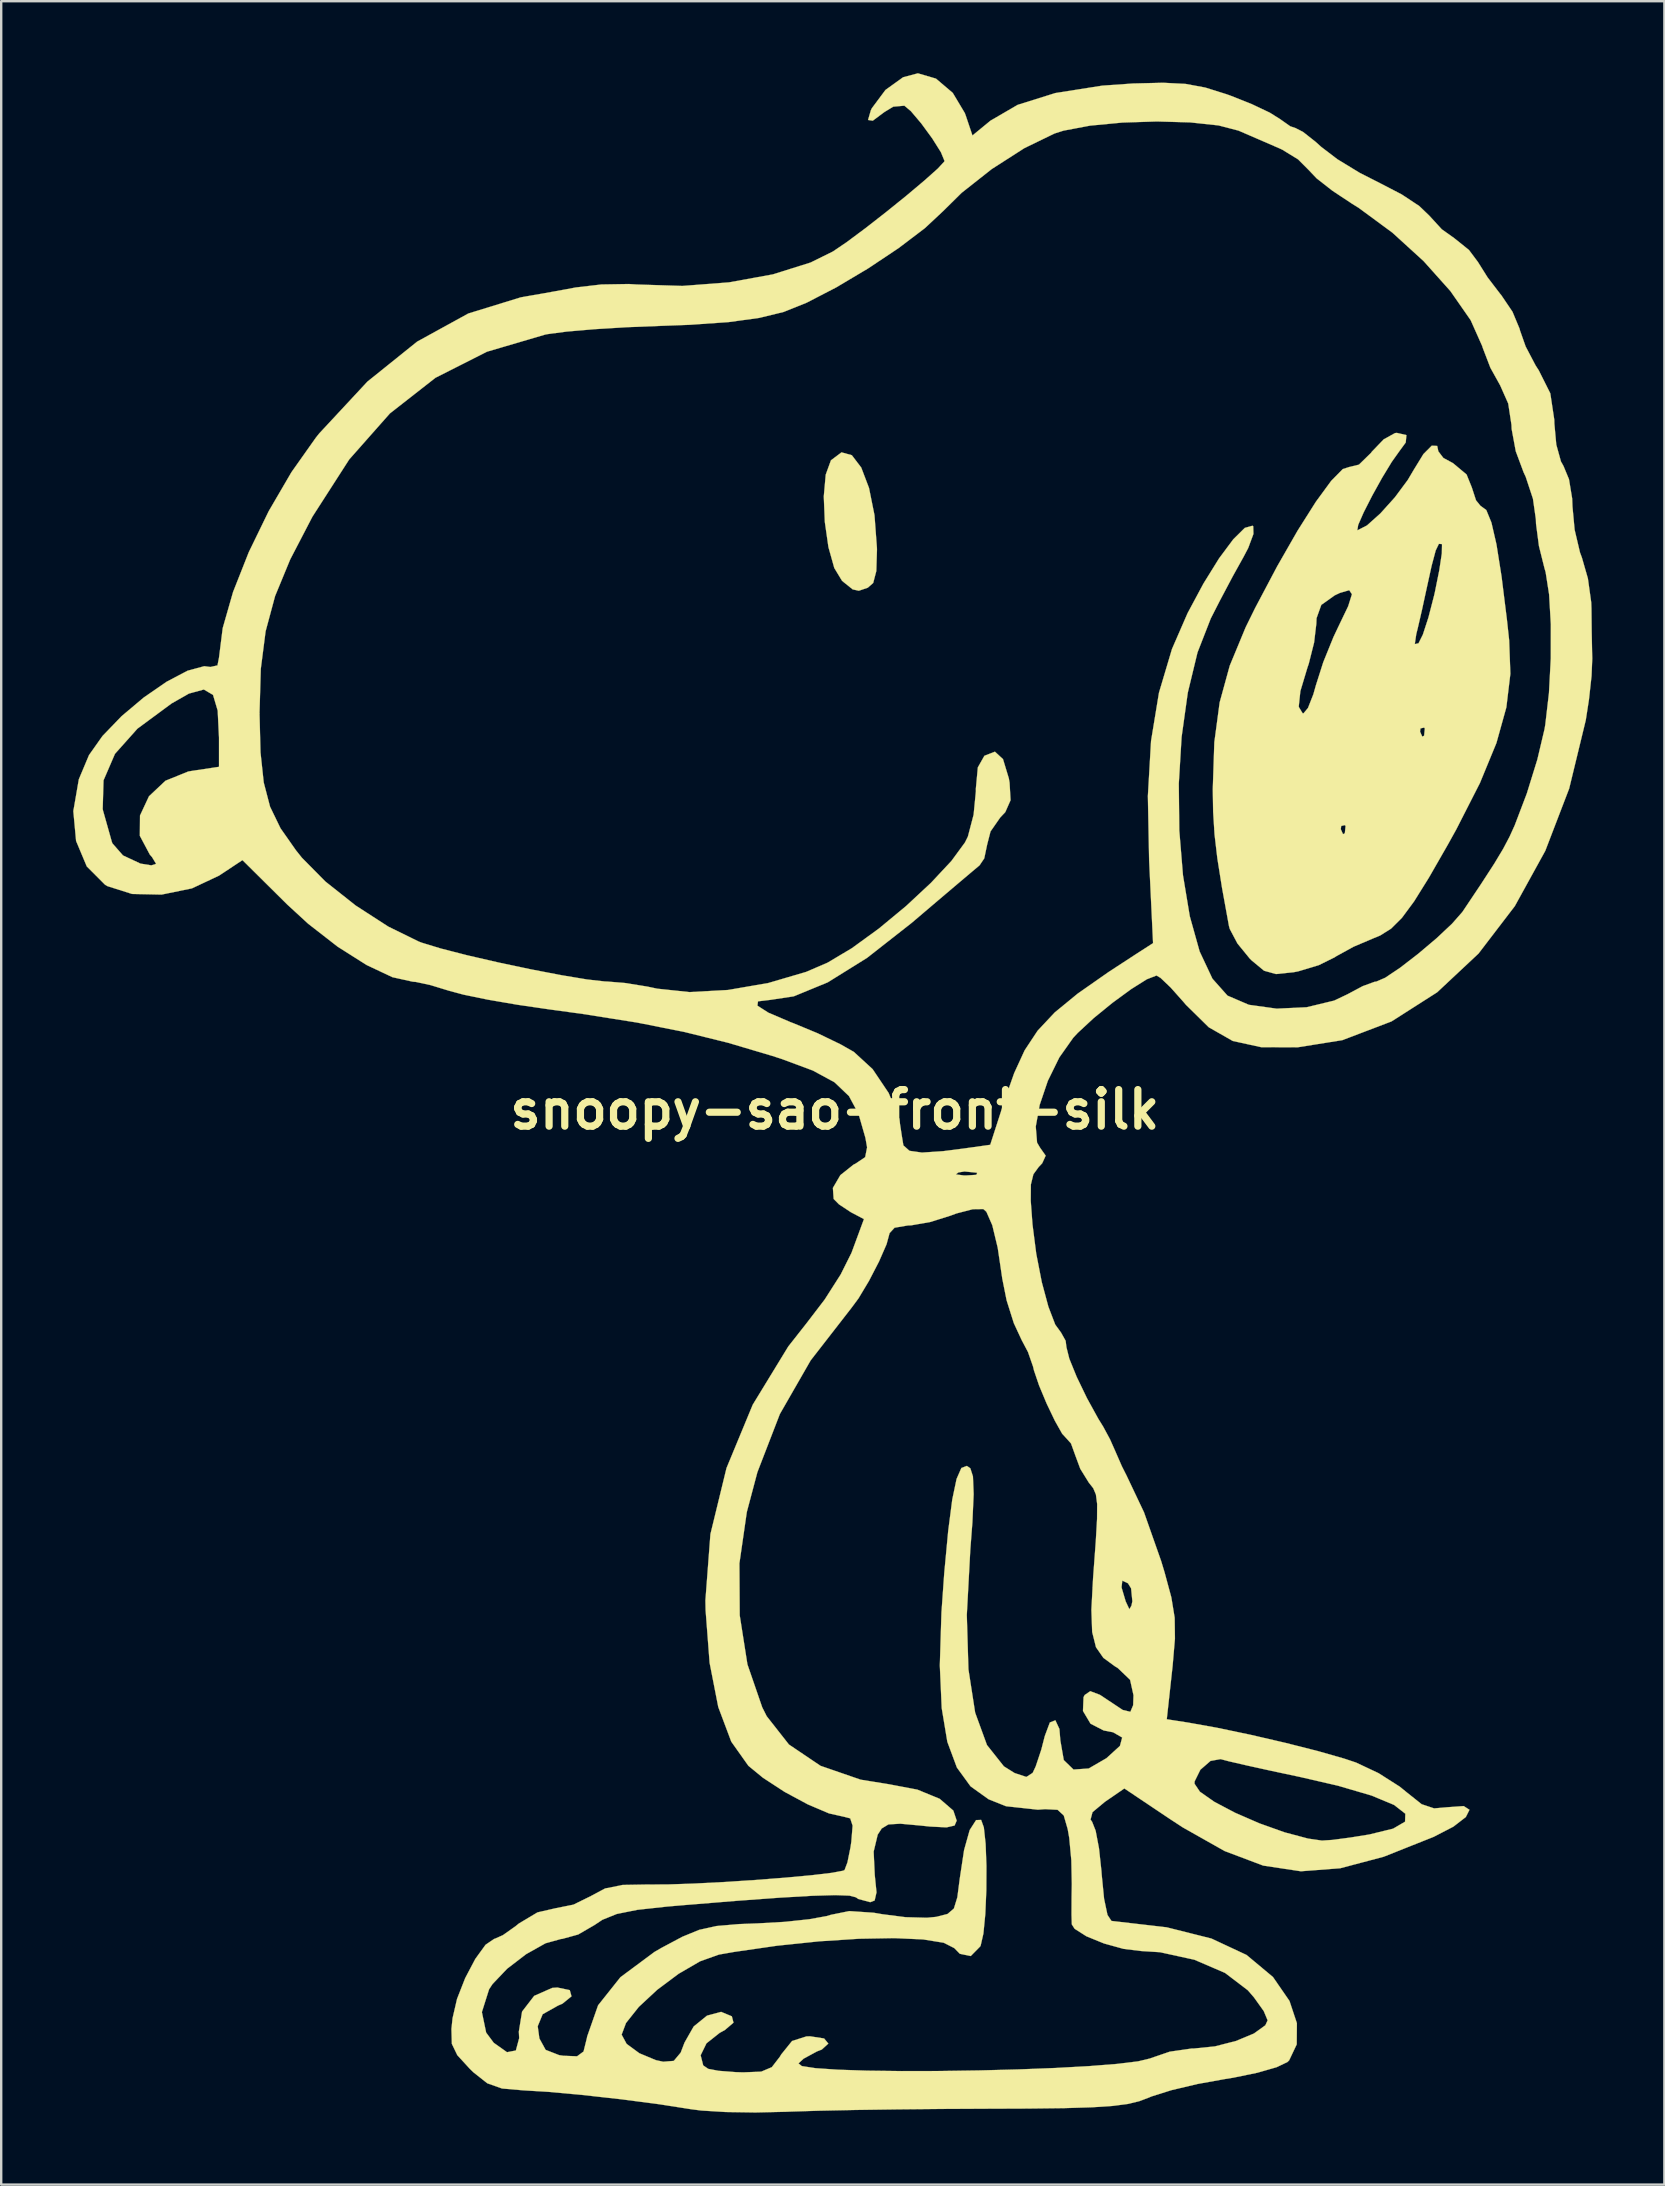
<source format=kicad_pcb>
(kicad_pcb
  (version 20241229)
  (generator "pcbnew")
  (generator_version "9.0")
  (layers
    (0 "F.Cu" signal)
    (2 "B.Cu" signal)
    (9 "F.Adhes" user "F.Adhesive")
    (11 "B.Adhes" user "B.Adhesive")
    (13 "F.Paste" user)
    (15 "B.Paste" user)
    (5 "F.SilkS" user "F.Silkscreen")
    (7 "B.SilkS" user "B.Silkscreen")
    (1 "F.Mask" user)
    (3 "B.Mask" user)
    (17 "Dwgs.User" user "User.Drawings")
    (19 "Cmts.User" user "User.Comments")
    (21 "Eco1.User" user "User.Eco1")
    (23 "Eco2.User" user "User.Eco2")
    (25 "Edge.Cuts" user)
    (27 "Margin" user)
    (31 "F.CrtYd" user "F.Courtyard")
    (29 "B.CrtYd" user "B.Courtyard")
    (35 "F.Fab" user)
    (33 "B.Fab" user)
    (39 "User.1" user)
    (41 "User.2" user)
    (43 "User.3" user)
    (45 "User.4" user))
  (footprint "snoopy-sao-front-silk"
    (layer "F.Cu")
    (at 31.728 43.179)
    (property "Reference" "snoopy-sao-front-silk" (at 0 0 0) (layer "F.SilkS") (effects (font (size 1.524 1.524) (thickness 0.3))))
    (attr through_hole)
    (fp_poly (pts (xy 0.711 -27.264) (xy 1.103 -26.75) (xy 1.427 -25.898) (xy 1.655 -24.766) (xy 1.756 -23.408) (xy 1.758 -23.332) (xy 1.731 -22.439) (xy 1.601 -21.942) (xy 1.376 -21.744) (xy 1.003 -21.618) (xy 0.746 -21.674) (xy 0.365 -21.98) (xy 0.301 -22.035) (xy -0.02 -22.565) (xy -0.264 -23.436) (xy -0.414 -24.484) (xy -0.457 -25.545) (xy -0.376 -26.456) (xy -0.159 -27.051) (xy 0.281 -27.383) (xy 0.711 -27.264)) (stroke (width 0.01) (type solid)) (fill yes) (layer "F.SilkS"))
    (fp_poly (pts (xy 23.816 -28.102) (xy 23.788 -27.795) (xy 23.537 -27.452) (xy 23.206 -26.987) (xy 22.801 -26.32) (xy 22.389 -25.577) (xy 22.035 -24.882) (xy 21.807 -24.361) (xy 21.771 -24.139) (xy 21.778 -24.137) (xy 22.174 -24.339) (xy 22.732 -24.839) (xy 23.338 -25.512) (xy 23.873 -26.233) (xy 24.122 -26.655) (xy 24.524 -27.311) (xy 24.873 -27.661) (xy 25.099 -27.65) (xy 25.146 -27.426) (xy 25.356 -27.15) (xy 25.757 -26.933) (xy 26.323 -26.46) (xy 26.54 -25.923) (xy 26.716 -25.384) (xy 26.909 -25.147) (xy 26.917 -25.146) (xy 27.144 -24.98) (xy 27.358 -24.458) (xy 27.568 -23.547) (xy 27.78 -22.211) (xy 28.003 -20.416) (xy 28.096 -19.558) (xy 28.147 -18.159) (xy 27.98 -16.761) (xy 27.566 -15.274) (xy 26.88 -13.609) (xy 25.895 -11.677) (xy 25.547 -11.049) (xy 24.757 -9.672) (xy 24.137 -8.677) (xy 23.629 -7.99) (xy 23.177 -7.54) (xy 22.722 -7.254) (xy 22.424 -7.131) (xy 21.613 -6.786) (xy 20.897 -6.393) (xy 20.828 -6.346) (xy 20.16 -6.017) (xy 19.308 -5.761) (xy 19.116 -5.724) (xy 18.383 -5.648) (xy 17.885 -5.787) (xy 17.364 -6.219) (xy 17.287 -6.296) (xy 16.777 -6.921) (xy 16.455 -7.53) (xy 16.423 -7.651) (xy 16.135 -9.234) (xy 15.94 -10.461) (xy 15.822 -11.47) (xy 15.809 -11.684) (xy 21.082 -11.684) (xy 21.175 -11.475) (xy 21.251 -11.515) (xy 21.282 -11.816) (xy 21.251 -11.853) (xy 21.1 -11.818) (xy 21.082 -11.684) (xy 15.809 -11.684) (xy 15.764 -12.402) (xy 15.749 -13.35) (xy 15.814 -15.31) (xy 15.873 -15.748) (xy 24.384 -15.748) (xy 24.477 -15.539) (xy 24.553 -15.579) (xy 24.584 -15.88) (xy 24.553 -15.917) (xy 24.402 -15.882) (xy 24.384 -15.748) (xy 15.873 -15.748) (xy 16.011 -16.782) (xy 19.329 -16.782) (xy 19.491 -16.514) (xy 19.528 -16.51) (xy 19.715 -16.733) (xy 19.938 -17.3) (xy 20.047 -17.684) (xy 20.352 -18.641) (xy 20.658 -19.395) (xy 24.165 -19.395) (xy 24.319 -19.428) (xy 24.322 -19.431) (xy 24.501 -19.79) (xy 24.733 -20.502) (xy 24.971 -21.423) (xy 25.002 -21.559) (xy 25.186 -22.472) (xy 25.292 -23.177) (xy 25.299 -23.544) (xy 25.289 -23.563) (xy 25.168 -23.571) (xy 25.036 -23.295) (xy 24.867 -22.662) (xy 24.659 -21.717) (xy 24.468 -20.836) (xy 24.29 -20.064) (xy 24.227 -19.812) (xy 24.165 -19.395) (xy 20.658 -19.395) (xy 20.777 -19.689) (xy 20.966 -20.089) (xy 21.39 -20.973) (xy 21.547 -21.473) (xy 21.433 -21.64) (xy 21.043 -21.527) (xy 20.828 -21.425) (xy 20.27 -21.028) (xy 20.072 -20.475) (xy 20.062 -20.238) (xy 19.97 -19.46) (xy 19.747 -18.575) (xy 19.692 -18.415) (xy 19.398 -17.435) (xy 19.329 -16.782) (xy 16.011 -16.782) (xy 16.035 -16.962) (xy 16.456 -18.495) (xy 17.12 -20.098) (xy 17.514 -20.899) (xy 18.43 -22.631) (xy 19.284 -24.122) (xy 20.045 -25.325) (xy 20.682 -26.195) (xy 21.166 -26.687) (xy 21.433 -26.773) (xy 21.837 -26.87) (xy 22.333 -27.353) (xy 22.378 -27.413) (xy 22.869 -27.924) (xy 23.34 -28.185) (xy 23.416 -28.194) (xy 23.816 -28.102)) (stroke (width 0.01) (type solid)) (fill yes) (layer "F.SilkS"))
    (fp_poly (pts (xy 4.217 -42.953) (xy 4.916 -42.359) (xy 5.419 -41.518) (xy 5.46 -41.406) (xy 5.736 -40.584) (xy 6.488 -41.202) (xy 7.621 -41.861) (xy 9.188 -42.352) (xy 11.14 -42.66) (xy 12.422 -42.75) (xy 13.677 -42.781) (xy 14.618 -42.733) (xy 15.436 -42.581) (xy 16.322 -42.303) (xy 16.471 -42.25) (xy 17.374 -41.891) (xy 18.125 -41.535) (xy 18.546 -41.271) (xy 18.978 -40.967) (xy 19.197 -40.893) (xy 19.51 -40.732) (xy 20.024 -40.327) (xy 20.263 -40.112) (xy 20.94 -39.595) (xy 21.872 -39.027) (xy 22.733 -38.589) (xy 23.618 -38.13) (xy 24.349 -37.647) (xy 24.761 -37.253) (xy 25.291 -36.675) (xy 25.804 -36.31) (xy 26.421 -35.815) (xy 26.795 -35.315) (xy 27.198 -34.673) (xy 27.724 -33.984) (xy 27.765 -33.937) (xy 28.235 -33.241) (xy 28.532 -32.53) (xy 28.545 -32.47) (xy 28.784 -31.792) (xy 29.198 -31.004) (xy 29.332 -30.796) (xy 29.811 -29.84) (xy 29.977 -28.738) (xy 29.98 -28.58) (xy 30.06 -27.705) (xy 30.254 -27.003) (xy 30.361 -26.812) (xy 30.589 -26.262) (xy 30.721 -25.462) (xy 30.734 -25.128) (xy 30.824 -24.158) (xy 31.047 -23.213) (xy 31.127 -22.998) (xy 31.377 -22.129) (xy 31.516 -21.128) (xy 31.525 -20.872) (xy 31.535 -19.917) (xy 31.553 -19.004) (xy 31.559 -18.796) (xy 31.529 -18.069) (xy 31.421 -17.082) (xy 31.289 -16.228) (xy 30.597 -13.376) (xy 29.601 -10.781) (xy 28.332 -8.478) (xy 26.82 -6.502) (xy 25.098 -4.889) (xy 23.196 -3.675) (xy 21.146 -2.894) (xy 19.279 -2.596) (xy 17.767 -2.601) (xy 16.582 -2.86) (xy 15.583 -3.43) (xy 14.63 -4.367) (xy 14.532 -4.483) (xy 13.995 -5.086) (xy 13.574 -5.487) (xy 13.405 -5.588) (xy 13.002 -5.431) (xy 12.35 -5.021) (xy 11.571 -4.451) (xy 10.788 -3.813) (xy 10.126 -3.199) (xy 9.933 -2.992) (xy 9.356 -2.175) (xy 8.877 -1.2) (xy 8.537 -0.197) (xy 8.374 0.704) (xy 8.428 1.374) (xy 8.552 1.585) (xy 8.787 1.918) (xy 8.642 2.236) (xy 8.494 2.392) (xy 8.275 2.693) (xy 8.17 3.121) (xy 8.165 3.803) (xy 8.237 4.778) (xy 8.394 6.005) (xy 8.625 7.189) (xy 8.9 8.212) (xy 9.185 8.956) (xy 9.428 9.29) (xy 9.619 9.632) (xy 9.652 9.9) (xy 9.771 10.376) (xy 10.079 11.134) (xy 10.507 12.021) (xy 10.982 12.884) (xy 11.183 13.208) (xy 11.469 13.739) (xy 11.684 14.224) (xy 11.96 14.856) (xy 12.154 15.24) (xy 12.885 16.781) (xy 13.6 18.813) (xy 13.741 19.28) (xy 14.023 20.323) (xy 14.161 21.168) (xy 14.172 22.042) (xy 14.076 23.171) (xy 14.064 23.28) (xy 13.832 25.399) (xy 14.726 25.538) (xy 15.925 25.753) (xy 17.328 26.047) (xy 18.782 26.384) (xy 20.135 26.727) (xy 21.233 27.041) (xy 21.718 27.203) (xy 22.654 27.644) (xy 23.539 28.207) (xy 23.837 28.45) (xy 24.452 28.939) (xy 24.97 29.112) (xy 25.55 29.062) (xy 26.204 29.016) (xy 26.443 29.171) (xy 26.291 29.473) (xy 25.774 29.872) (xy 24.956 30.296) (xy 22.87 31.126) (xy 21.059 31.606) (xy 19.419 31.732) (xy 17.848 31.495) (xy 16.244 30.89) (xy 14.505 29.908) (xy 13.963 29.554) (xy 12.065 28.282) (xy 11.255 28.838) (xy 10.738 29.269) (xy 10.656 29.579) (xy 10.721 29.669) (xy 10.869 30.043) (xy 11.008 30.776) (xy 11.11 31.72) (xy 11.12 31.863) (xy 11.22 32.877) (xy 11.362 33.551) (xy 11.527 33.801) (xy 13.828 34.067) (xy 15.692 34.535) (xy 17.156 35.219) (xy 18.257 36.138) (xy 18.945 37.135) (xy 19.253 38.061) (xy 19.246 38.943) (xy 18.93 39.611) (xy 18.86 39.679) (xy 18.411 39.894) (xy 17.607 40.125) (xy 16.598 40.333) (xy 16.256 40.388) (xy 15.112 40.594) (xy 14.028 40.851) (xy 13.205 41.11) (xy 13.081 41.162) (xy 12.683 41.312) (xy 12.204 41.427) (xy 11.572 41.509) (xy 10.715 41.565) (xy 9.558 41.6) (xy 8.029 41.618) (xy 6.35 41.624) (xy 4.494 41.633) (xy 2.624 41.651) (xy 0.862 41.676) (xy -0.666 41.708) (xy -1.837 41.744) (xy -2.032 41.752) (xy -3.308 41.781) (xy -4.545 41.762) (xy -5.562 41.7) (xy -5.969 41.648) (xy -7.313 41.438) (xy -8.88 41.233) (xy -10.485 41.054) (xy -11.942 40.921) (xy -12.979 40.859) (xy -13.864 40.782) (xy -14.476 40.565) (xy -15.05 40.112) (xy -15.211 39.955) (xy -15.726 39.393) (xy -15.953 38.921) (xy -15.97 38.303) (xy -15.923 37.852) (xy -15.864 37.599) (xy -14.702 37.599) (xy -14.524 38.454) (xy -14.208 38.878) (xy -13.655 39.27) (xy -13.286 39.199) (xy -13.148 38.686) (xy -13.162 38.413) (xy -13.027 37.578) (xy -12.523 36.923) (xy -11.773 36.592) (xy -11.557 36.576) (xy -11.04 36.684) (xy -10.968 36.942) (xy -11.345 37.248) (xy -11.532 37.329) (xy -12.17 37.688) (xy -12.376 38.188) (xy -12.306 38.698) (xy -12.045 39.173) (xy -11.481 39.393) (xy -11.306 39.418) (xy -10.737 39.441) (xy -10.466 39.241) (xy -10.327 38.681) (xy -10.316 38.618) (xy -9.86 37.316) (xy -8.929 36.145) (xy -7.512 35.093) (xy -7.216 34.922) (xy -6.351 34.461) (xy -5.649 34.173) (xy -4.925 34.013) (xy -3.995 33.933) (xy -3.207 33.903) (xy -2.079 33.839) (xy -1.065 33.731) (xy -0.33 33.598) (xy -0.157 33.545) (xy 0.605 33.391) (xy 1.623 33.46) (xy 1.993 33.523) (xy 2.949 33.645) (xy 3.84 33.669) (xy 4.23 33.631) (xy 4.698 33.511) (xy 4.963 33.285) (xy 5.107 32.816) (xy 5.207 32.042) (xy 5.388 30.847) (xy 5.621 30.016) (xy 5.888 29.6) (xy 6.098 29.592) (xy 6.211 29.906) (xy 6.285 30.59) (xy 6.319 31.509) (xy 6.314 32.529) (xy 6.272 33.512) (xy 6.193 34.324) (xy 6.078 34.829) (xy 6.062 34.861) (xy 5.665 35.264) (xy 5.211 35.17) (xy 4.981 34.934) (xy 4.541 34.71) (xy 3.68 34.571) (xy 2.476 34.517) (xy 1.009 34.543) (xy -0.643 34.65) (xy -2.401 34.833) (xy -4.186 35.091) (xy -4.826 35.203) (xy -5.61 35.482) (xy -6.505 36.002) (xy -7.395 36.667) (xy -8.165 37.383) (xy -8.698 38.054) (xy -8.88 38.539) (xy -8.672 38.923) (xy -8.14 39.314) (xy -7.452 39.602) (xy -7.147 39.667) (xy -6.707 39.632) (xy -6.419 39.288) (xy -6.258 38.867) (xy -5.878 38.199) (xy -5.322 37.747) (xy -4.734 37.59) (xy -4.288 37.775) (xy -4.219 38.04) (xy -4.579 38.346) (xy -4.797 38.466) (xy -5.345 38.9) (xy -5.588 39.398) (xy -5.481 39.82) (xy -5.271 39.964) (xy -4.835 40.046) (xy -4.116 40.101) (xy -3.81 40.11) (xy -3.064 40.08) (xy -2.623 39.894) (xy -2.287 39.459) (xy -2.234 39.368) (xy -1.779 38.803) (xy -1.182 38.613) (xy -1.028 38.608) (xy -0.444 38.698) (xy -0.268 38.911) (xy -0.54 39.159) (xy -0.739 39.236) (xy -1.297 39.538) (xy -1.511 39.735) (xy -1.374 39.848) (xy -0.803 39.936) (xy 0.128 39.999) (xy 1.347 40.039) (xy 2.779 40.057) (xy 4.352 40.054) (xy 5.993 40.03) (xy 7.627 39.988) (xy 9.182 39.928) (xy 10.584 39.851) (xy 11.76 39.758) (xy 12.637 39.651) (xy 13.141 39.53) (xy 13.168 39.518) (xy 13.957 39.248) (xy 14.861 39.118) (xy 14.968 39.116) (xy 15.837 39.028) (xy 16.717 38.802) (xy 17.464 38.491) (xy 17.939 38.149) (xy 18.034 37.942) (xy 17.872 37.555) (xy 17.462 36.982) (xy 17.209 36.69) (xy 16.26 35.967) (xy 14.984 35.418) (xy 13.549 35.104) (xy 12.769 35.055) (xy 12.031 34.965) (xy 11.217 34.74) (xy 10.485 34.441) (xy 9.993 34.128) (xy 9.876 33.945) (xy 9.864 33.543) (xy 9.867 32.82) (xy 9.876 32.258) (xy 9.856 31.273) (xy 9.769 30.341) (xy 9.704 29.972) (xy 9.541 29.409) (xy 9.284 29.171) (xy 8.761 29.144) (xy 8.461 29.166) (xy 7.135 29.022) (xy 6.409 28.732) (xy 5.658 28.194) (xy 5.576 28.081) (xy 14.986 28.081) (xy 15.212 28.417) (xy 15.814 28.839) (xy 16.679 29.295) (xy 17.693 29.736) (xy 18.744 30.111) (xy 19.718 30.37) (xy 20.299 30.454) (xy 20.727 30.426) (xy 21.479 30.327) (xy 22.268 30.2) (xy 23.262 29.957) (xy 23.76 29.666) (xy 23.771 29.334) (xy 23.303 28.969) (xy 22.365 28.578) (xy 20.967 28.168) (xy 19.377 27.801) (xy 18.185 27.547) (xy 17.164 27.322) (xy 16.423 27.151) (xy 16.073 27.059) (xy 15.654 27.135) (xy 15.231 27.503) (xy 14.994 27.984) (xy 14.986 28.081) (xy 5.576 28.081) (xy 5.088 27.41) (xy 4.69 26.339) (xy 4.456 24.935) (xy 4.377 23.156) (xy 4.445 20.959) (xy 4.561 19.315) (xy 4.727 17.543) (xy 4.895 16.245) (xy 5.075 15.386) (xy 5.275 14.93) (xy 5.504 14.844) (xy 5.648 14.944) (xy 5.757 15.282) (xy 5.786 16.02) (xy 5.734 17.195) (xy 5.647 18.337) (xy 5.501 21.055) (xy 5.569 23.319) (xy 5.849 25.125) (xy 6.341 26.473) (xy 7.046 27.361) (xy 7.493 27.64) (xy 7.983 27.802) (xy 8.245 27.633) (xy 8.371 27.366) (xy 8.605 26.663) (xy 8.75 26.099) (xy 8.961 25.533) (xy 9.191 25.442) (xy 9.359 25.804) (xy 9.398 26.28) (xy 9.541 27.1) (xy 9.947 27.494) (xy 10.58 27.45) (xy 11.318 27.022) (xy 11.881 26.509) (xy 11.975 26.16) (xy 11.595 25.941) (xy 11.204 25.866) (xy 10.657 25.585) (xy 10.341 25.054) (xy 10.365 24.477) (xy 10.411 24.389) (xy 10.645 24.229) (xy 11.049 24.382) (xy 11.379 24.602) (xy 11.998 25.012) (xy 12.316 25.088) (xy 12.432 24.813) (xy 12.446 24.398) (xy 12.304 23.756) (xy 11.797 23.27) (xy 11.674 23.194) (xy 11.192 22.842) (xy 10.883 22.398) (xy 10.724 21.763) (xy 10.692 20.836) (xy 10.741 19.904) (xy 11.947 19.904) (xy 12.121 20.49) (xy 12.274 20.817) (xy 12.36 20.666) (xy 12.399 20.484) (xy 12.346 19.947) (xy 12.216 19.734) (xy 11.98 19.623) (xy 11.947 19.904) (xy 10.741 19.904) (xy 10.762 19.518) (xy 10.774 19.353) (xy 10.874 17.997) (xy 10.928 17.054) (xy 10.932 16.431) (xy 10.88 16.035) (xy 10.769 15.773) (xy 10.594 15.551) (xy 10.587 15.543) (xy 10.229 14.965) (xy 10.025 14.415) (xy 9.843 13.91) (xy 9.67 13.716) (xy 9.474 13.503) (xy 9.17 12.963) (xy 8.826 12.244) (xy 8.513 11.495) (xy 8.299 10.864) (xy 8.263 10.71) (xy 8.05 10.099) (xy 7.79 9.607) (xy 7.46 8.897) (xy 7.16 7.946) (xy 6.975 7.022) (xy 6.971 6.985) (xy 6.789 5.755) (xy 6.563 4.816) (xy 6.317 4.256) (xy 6.191 4.143) (xy 5.752 4.149) (xy 5.074 4.324) (xy 4.82 4.418) (xy 3.982 4.681) (xy 3.19 4.82) (xy 3.043 4.826) (xy 2.492 4.92) (xy 2.284 5.144) (xy 2.158 5.608) (xy 1.843 6.329) (xy 1.424 7.138) (xy 0.989 7.863) (xy 0.699 8.255) (xy -1.004 10.447) (xy -2.287 12.681) (xy -3.224 15.106) (xy -3.664 16.764) (xy -3.973 18.906) (xy -3.96 21.067) (xy -3.639 23.111) (xy -3.023 24.9) (xy -2.835 25.273) (xy -1.91 26.451) (xy -0.593 27.339) (xy 1.077 27.916) (xy 2.236 28.103) (xy 3.442 28.331) (xy 4.371 28.713) (xy 4.94 29.204) (xy 5.08 29.622) (xy 4.992 29.826) (xy 4.658 29.903) (xy 3.972 29.869) (xy 3.581 29.828) (xy 2.729 29.75) (xy 2.235 29.78) (xy 1.955 29.95) (xy 1.789 30.206) (xy 1.62 30.912) (xy 1.666 31.887) (xy 1.739 32.61) (xy 1.661 32.95) (xy 1.477 33.02) (xy 0.981 32.886) (xy 0.876 32.815) (xy 0.614 32.747) (xy 0.023 32.725) (xy -0.932 32.753) (xy -2.283 32.831) (xy -4.063 32.961) (xy -6.307 33.144) (xy -6.992 33.203) (xy -8.226 33.338) (xy -9.08 33.51) (xy -9.682 33.753) (xy -10.011 33.972) (xy -10.69 34.366) (xy -11.359 34.55) (xy -11.401 34.551) (xy -12.051 34.732) (xy -12.858 35.185) (xy -13.65 35.792) (xy -14.26 36.433) (xy -14.403 36.651) (xy -14.702 37.599) (xy -15.864 37.599) (xy -15.737 37.05) (xy -15.397 36.182) (xy -14.976 35.384) (xy -14.548 34.793) (xy -14.183 34.545) (xy -14.163 34.544) (xy -13.825 34.393) (xy -13.296 34.019) (xy -13.162 33.909) (xy -12.385 33.445) (xy -11.64 33.274) (xy -10.888 33.123) (xy -10.152 32.761) (xy -10.149 32.758) (xy -9.567 32.448) (xy -8.84 32.302) (xy -7.824 32.284) (xy -6.977 32.282) (xy -5.873 32.245) (xy -4.614 32.18) (xy -3.306 32.095) (xy -2.052 31.998) (xy -0.955 31.896) (xy -0.121 31.797) (xy 0.348 31.709) (xy 0.408 31.681) (xy 0.529 31.36) (xy 0.656 30.732) (xy 0.69 30.501) (xy 0.744 29.831) (xy 0.644 29.528) (xy 0.399 29.464) (xy -0.24 29.321) (xy -1.121 28.946) (xy -2.091 28.424) (xy -2.992 27.836) (xy -3.599 27.337) (xy -4.312 26.331) (xy -4.854 24.887) (xy -5.214 23.048) (xy -5.381 20.857) (xy -5.389 20.447) (xy -5.18 17.685) (xy -4.51 14.933) (xy -3.417 12.293) (xy -1.937 9.869) (xy -1.172 8.896) (xy -0.419 7.911) (xy 0.246 6.869) (xy 0.695 5.972) (xy 0.72 5.906) (xy 1.216 4.561) (xy 0.671 4.274) (xy 0.174 3.945) (xy -0.046 3.722) (xy -0.078 3.263) (xy 0.233 2.73) (xy 0.272 2.699) (xy 5.045 2.699) (xy 5.382 2.743) (xy 5.461 2.744) (xy 5.895 2.717) (xy 5.933 2.638) (xy 5.91 2.627) (xy 5.406 2.577) (xy 5.148 2.618) (xy 5.045 2.699) (xy 0.272 2.699) (xy 0.782 2.292) (xy 0.872 2.247) (xy 1.267 1.981) (xy 1.347 1.572) (xy 1.277 1.175) (xy 0.992 0.182) (xy 0.593 -0.563) (xy -0.011 -1.139) (xy -0.91 -1.627) (xy -2.195 -2.105) (xy -2.604 -2.238) (xy -4.446 -2.785) (xy -6.276 -3.238) (xy -8.241 -3.628) (xy -10.487 -3.984) (xy -11.891 -4.176) (xy -13.211 -4.368) (xy -14.451 -4.581) (xy -15.466 -4.79) (xy -16.082 -4.956) (xy -16.839 -5.187) (xy -17.45 -5.319) (xy -17.583 -5.33) (xy -18.428 -5.517) (xy -19.504 -6.024) (xy -20.709 -6.787) (xy -21.939 -7.744) (xy -22.816 -8.55) (xy -24.677 -10.395) (xy -25.656 -9.747) (xy -26.782 -9.218) (xy -28.046 -8.959) (xy -29.276 -8.985) (xy -30.301 -9.31) (xy -30.401 -9.369) (xy -31.163 -10.132) (xy -31.608 -11.192) (xy -31.723 -12.438) (xy -31.71 -12.51) (xy -30.5 -12.51) (xy -30.116 -11.147) (xy -30.093 -11.091) (xy -29.654 -10.59) (xy -28.928 -10.25) (xy -28.472 -10.176) (xy -28.274 -10.239) (xy -28.446 -10.523) (xy -28.536 -10.625) (xy -28.952 -11.407) (xy -28.945 -12.253) (xy -28.571 -13.055) (xy -27.884 -13.702) (xy -26.938 -14.085) (xy -26.79 -14.111) (xy -25.654 -14.282) (xy -25.654 -15.502) (xy -25.704 -16.531) (xy -23.966 -16.531) (xy -23.966 -16.51) (xy -23.925 -14.883) (xy -23.791 -13.63) (xy -23.527 -12.62) (xy -23.092 -11.722) (xy -22.449 -10.805) (xy -22.199 -10.492) (xy -21.224 -9.505) (xy -19.961 -8.504) (xy -18.601 -7.625) (xy -17.332 -7.002) (xy -17.203 -6.953) (xy -16.413 -6.712) (xy -15.306 -6.428) (xy -14.012 -6.13) (xy -12.663 -5.845) (xy -11.387 -5.6) (xy -10.316 -5.422) (xy -9.579 -5.339) (xy -9.481 -5.336) (xy -8.745 -5.276) (xy -7.811 -5.126) (xy -7.393 -5.038) (xy -6.051 -4.896) (xy -4.451 -4.984) (xy -2.771 -5.274) (xy -1.191 -5.738) (xy -0.3 -6.122) (xy 0.713 -6.726) (xy 1.835 -7.541) (xy 2.967 -8.478) (xy 4.008 -9.448) (xy 4.86 -10.36) (xy 5.423 -11.127) (xy 5.546 -11.375) (xy 5.785 -12.288) (xy 5.88 -13.265) (xy 5.878 -13.367) (xy 5.961 -14.258) (xy 6.234 -14.741) (xy 6.673 -14.912) (xy 7.009 -14.602) (xy 7.252 -13.8) (xy 7.283 -13.619) (xy 7.324 -12.891) (xy 7.104 -12.393) (xy 6.893 -12.17) (xy 6.489 -11.589) (xy 6.35 -11.049) (xy 6.228 -10.467) (xy 6.032 -10.177) (xy 5.727 -9.921) (xy 5.119 -9.407) (xy 4.292 -8.706) (xy 3.332 -7.889) (xy 3.195 -7.773) (xy 1.345 -6.322) (xy -0.292 -5.303) (xy -1.708 -4.72) (xy -2.69 -4.572) (xy -3.199 -4.511) (xy -3.222 -4.331) (xy -2.768 -4.04) (xy -1.842 -3.644) (xy -1.711 -3.594) (xy -0.712 -3.18) (xy 0.24 -2.72) (xy 0.795 -2.405) (xy 1.578 -1.685) (xy 2.246 -0.691) (xy 2.684 0.376) (xy 2.794 1.096) (xy 2.859 1.49) (xy 3.112 1.716) (xy 3.635 1.79) (xy 4.514 1.731) (xy 5.362 1.622) (xy 6.477 1.466) (xy 7.062 -0.347) (xy 7.474 -1.519) (xy 7.912 -2.472) (xy 8.451 -3.287) (xy 9.163 -4.047) (xy 10.121 -4.833) (xy 11.399 -5.727) (xy 12.51 -6.452) (xy 13.261 -6.936) (xy 13.097 -10.389) (xy 13.045 -13.065) (xy 13.177 -15.36) (xy 13.507 -17.369) (xy 14.05 -19.192) (xy 14.698 -20.681) (xy 15.361 -21.918) (xy 16.012 -22.967) (xy 16.603 -23.761) (xy 17.083 -24.236) (xy 17.404 -24.326) (xy 17.434 -24.303) (xy 17.442 -23.982) (xy 17.225 -23.398) (xy 17.033 -23.033) (xy 16.576 -22.21) (xy 16.037 -21.191) (xy 15.664 -20.46) (xy 15.112 -19.046) (xy 14.708 -17.373) (xy 14.45 -15.524) (xy 14.333 -13.583) (xy 14.353 -11.636) (xy 14.507 -9.765) (xy 14.791 -8.055) (xy 15.201 -6.59) (xy 15.734 -5.455) (xy 16.362 -4.749) (xy 17.252 -4.367) (xy 18.413 -4.206) (xy 19.66 -4.265) (xy 20.807 -4.542) (xy 21.358 -4.804) (xy 21.995 -5.144) (xy 22.486 -5.324) (xy 22.56 -5.333) (xy 22.933 -5.494) (xy 23.554 -5.911) (xy 24.304 -6.49) (xy 25.064 -7.132) (xy 25.716 -7.744) (xy 26.142 -8.228) (xy 26.158 -8.25) (xy 26.927 -9.4) (xy 27.469 -10.236) (xy 27.844 -10.86) (xy 28.116 -11.376) (xy 28.328 -11.844) (xy 28.832 -13.169) (xy 29.271 -14.586) (xy 29.569 -15.845) (xy 29.602 -16.038) (xy 29.755 -17.356) (xy 29.831 -18.799) (xy 29.833 -20.218) (xy 29.761 -21.465) (xy 29.616 -22.393) (xy 29.57 -22.551) (xy 29.338 -23.479) (xy 29.216 -24.409) (xy 29.21 -24.593) (xy 29.088 -25.451) (xy 28.786 -26.365) (xy 28.702 -26.543) (xy 28.372 -27.429) (xy 28.201 -28.354) (xy 28.194 -28.526) (xy 28.058 -29.417) (xy 27.72 -30.179) (xy 27.715 -30.187) (xy 27.315 -30.907) (xy 26.992 -31.749) (xy 26.974 -31.811) (xy 26.493 -32.89) (xy 25.649 -34.102) (xy 24.533 -35.35) (xy 23.232 -36.536) (xy 21.837 -37.563) (xy 21.538 -37.75) (xy 20.729 -38.286) (xy 20.076 -38.797) (xy 19.733 -39.158) (xy 19.303 -39.589) (xy 18.643 -39.994) (xy 18.542 -40.041) (xy 17.679 -40.416) (xy 16.833 -40.782) (xy 16.819 -40.788) (xy 15.988 -41.004) (xy 14.807 -41.13) (xy 13.422 -41.169) (xy 11.983 -41.123) (xy 10.637 -40.995) (xy 9.533 -40.787) (xy 9.155 -40.667) (xy 7.898 -40.057) (xy 6.54 -39.186) (xy 5.287 -38.197) (xy 4.513 -37.433) (xy 3.752 -36.722) (xy 2.663 -35.896) (xy 1.387 -35.045) (xy 0.063 -34.257) (xy -1.172 -33.618) (xy -2.135 -33.231) (xy -3.152 -32.984) (xy -4.422 -32.81) (xy -6.042 -32.697) (xy -7.239 -32.653) (xy -8.66 -32.597) (xy -10.015 -32.514) (xy -11.165 -32.415) (xy -11.972 -32.308) (xy -12.065 -32.29) (xy -14.491 -31.576) (xy -16.635 -30.491) (xy -18.534 -29.005) (xy -20.229 -27.088) (xy -21.757 -24.711) (xy -21.777 -24.674) (xy -22.688 -22.921) (xy -23.318 -21.394) (xy -23.712 -19.93) (xy -23.913 -18.363) (xy -23.966 -16.531) (xy -25.704 -16.531) (xy -25.708 -16.622) (xy -25.903 -17.278) (xy -26.286 -17.503) (xy -26.907 -17.333) (xy -27.628 -16.923) (xy -29.051 -15.873) (xy -29.989 -14.822) (xy -30.465 -13.718) (xy -30.5 -12.51) (xy -31.71 -12.51) (xy -31.494 -13.761) (xy -31.07 -14.77) (xy -30.507 -15.567) (xy -29.712 -16.392) (xy -28.789 -17.169) (xy -27.839 -17.825) (xy -26.965 -18.285) (xy -26.268 -18.474) (xy -26.012 -18.441) (xy -25.717 -18.507) (xy -25.654 -18.831) (xy -25.499 -20.062) (xy -25.068 -21.566) (xy -24.412 -23.227) (xy -23.584 -24.93) (xy -22.634 -26.559) (xy -21.615 -28) (xy -21.475 -28.175) (xy -19.471 -30.33) (xy -17.399 -31.996) (xy -15.267 -33.168) (xy -13.084 -33.84) (xy -12.827 -33.886) (xy -12.112 -34.01) (xy -11.191 -34.177) (xy -10.795 -34.252) (xy -9.721 -34.377) (xy -8.578 -34.396) (xy -8.255 -34.376) (xy -6.345 -34.316) (xy -4.408 -34.465) (xy -2.582 -34.797) (xy -1.008 -35.291) (xy -0.077 -35.751) (xy 0.507 -36.148) (xy 1.274 -36.719) (xy 2.132 -37.388) (xy 2.984 -38.076) (xy 3.736 -38.709) (xy 4.294 -39.207) (xy 4.561 -39.496) (xy 4.572 -39.525) (xy 4.424 -39.885) (xy 4.062 -40.461) (xy 3.604 -41.087) (xy 3.171 -41.599) (xy 2.901 -41.826) (xy 2.435 -41.785) (xy 2.066 -41.56) (xy 1.584 -41.201) (xy 1.387 -41.231) (xy 1.506 -41.641) (xy 1.545 -41.719) (xy 2.113 -42.482) (xy 2.847 -43.01) (xy 3.464 -43.174) (xy 4.217 -42.953)) (stroke (width 0.01) (type solid)) (fill yes) (layer "F.SilkS")))
  (gr_rect
    (start -3 -3)
    (end 66.292 87.966)
    (stroke (width 0.1) (type default))
    (fill no)
    (layer "Edge.Cuts")))
</source>
